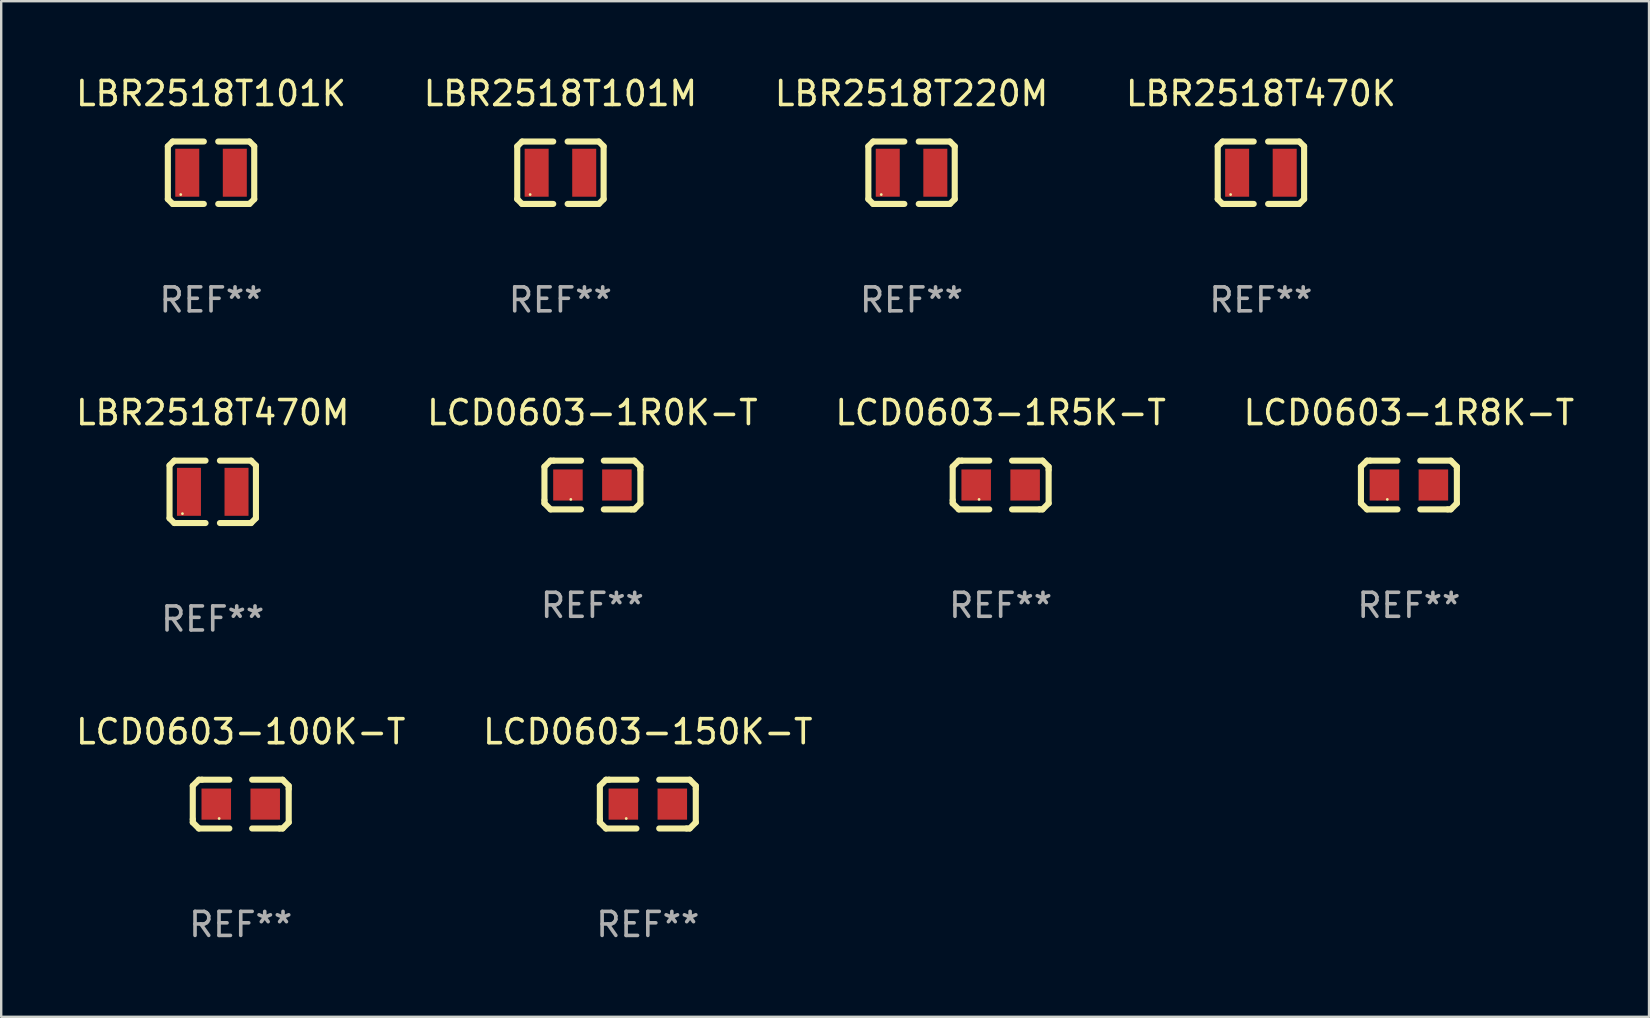
<source format=kicad_pcb>
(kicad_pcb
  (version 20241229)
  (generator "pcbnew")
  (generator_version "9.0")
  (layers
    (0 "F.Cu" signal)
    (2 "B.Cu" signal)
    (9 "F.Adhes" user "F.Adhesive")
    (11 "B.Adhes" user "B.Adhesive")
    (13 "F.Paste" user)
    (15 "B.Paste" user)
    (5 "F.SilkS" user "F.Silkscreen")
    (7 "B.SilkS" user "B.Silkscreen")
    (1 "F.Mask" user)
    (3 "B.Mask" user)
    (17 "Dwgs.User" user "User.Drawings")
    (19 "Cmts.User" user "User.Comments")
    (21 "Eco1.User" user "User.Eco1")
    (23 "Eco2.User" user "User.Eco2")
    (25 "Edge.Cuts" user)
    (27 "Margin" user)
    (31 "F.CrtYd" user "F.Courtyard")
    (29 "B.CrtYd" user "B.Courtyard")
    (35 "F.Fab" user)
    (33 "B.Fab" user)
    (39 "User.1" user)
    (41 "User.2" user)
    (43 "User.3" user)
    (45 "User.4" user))
  (footprint "LCD0603-1R8K-T"
    (layer "F.Cu")
    (at 55.661 17.161)
    (property "Reference" "LCD0603-1R8K-T" (at 0 -3.016 0) (layer "F.SilkS") (effects (font (size 1 1) (thickness 0.15))))
    (attr through_hole)
    (fp_line (start -1.999 -0.762) (end -1.999 0.635) (stroke (width 0.254) (type solid)) (layer "F.SilkS"))
    (fp_line (start -1.999 0.635) (end -1.999 0.762) (stroke (width 0.254) (type solid)) (layer "F.SilkS"))
    (fp_line (start -1.999 0.762) (end -1.745 1.016) (stroke (width 0.254) (type solid)) (layer "F.SilkS"))
    (fp_line (start -1.745 -1.016) (end -1.999 -0.762) (stroke (width 0.254) (type solid)) (layer "F.SilkS"))
    (fp_line (start -1.745 1.016) (end -0.475 1.016) (stroke (width 0.254) (type solid)) (layer "F.SilkS"))
    (fp_line (start -1.618 -1.016) (end -1.745 -1.016) (stroke (width 0.254) (type solid)) (layer "F.SilkS"))
    (fp_line (start -0.475 -1.016) (end -1.618 -1.016) (stroke (width 0.254) (type solid)) (layer "F.SilkS"))
    (fp_line (start 0.475 1.016) (end 1.618 1.016) (stroke (width 0.254) (type solid)) (layer "F.SilkS"))
    (fp_line (start 1.618 1.016) (end 1.745 1.016) (stroke (width 0.254) (type solid)) (layer "F.SilkS"))
    (fp_line (start 1.745 -1.016) (end 0.475 -1.016) (stroke (width 0.254) (type solid)) (layer "F.SilkS"))
    (fp_line (start 1.745 1.016) (end 1.999 0.762) (stroke (width 0.254) (type solid)) (layer "F.SilkS"))
    (fp_line (start 1.999 -0.762) (end 1.745 -1.016) (stroke (width 0.254) (type solid)) (layer "F.SilkS"))
    (fp_line (start 1.999 -0.635) (end 1.999 -0.762) (stroke (width 0.254) (type solid)) (layer "F.SilkS"))
    (fp_line (start 1.999 0.762) (end 1.999 -0.635) (stroke (width 0.254) (type solid)) (layer "F.SilkS"))
    (fp_circle (center -0.9 0.6) (end -0.87 0.6) (stroke (width 0.06) (type solid)) (fill no) (layer "F.SilkS"))
    (fp_text user "REF**" (at 0 5.016 0) (layer "F.Fab") (effects (font (size 1 1) (thickness 0.15))))
    (pad "1" smd rect (at -1.02 0) (size 1.23 1.296) (layers "F.Cu" "F.Mask" "F.Paste"))
    (pad "2" smd rect (at 1.02 0) (size 1.23 1.296) (layers "F.Cu" "F.Mask" "F.Paste")))
  (footprint "LCD0603-100K-T"
    (layer "F.Cu")
    (at 6.982 30.458)
    (property "Reference" "LCD0603-100K-T" (at 0 -3.016 0) (layer "F.SilkS") (effects (font (size 1 1) (thickness 0.15))))
    (attr through_hole)
    (fp_line (start -1.999 -0.762) (end -1.999 0.635) (stroke (width 0.254) (type solid)) (layer "F.SilkS"))
    (fp_line (start -1.999 0.635) (end -1.999 0.762) (stroke (width 0.254) (type solid)) (layer "F.SilkS"))
    (fp_line (start -1.999 0.762) (end -1.745 1.016) (stroke (width 0.254) (type solid)) (layer "F.SilkS"))
    (fp_line (start -1.745 -1.016) (end -1.999 -0.762) (stroke (width 0.254) (type solid)) (layer "F.SilkS"))
    (fp_line (start -1.745 1.016) (end -0.475 1.016) (stroke (width 0.254) (type solid)) (layer "F.SilkS"))
    (fp_line (start -1.618 -1.016) (end -1.745 -1.016) (stroke (width 0.254) (type solid)) (layer "F.SilkS"))
    (fp_line (start -0.475 -1.016) (end -1.618 -1.016) (stroke (width 0.254) (type solid)) (layer "F.SilkS"))
    (fp_line (start 0.475 1.016) (end 1.618 1.016) (stroke (width 0.254) (type solid)) (layer "F.SilkS"))
    (fp_line (start 1.618 1.016) (end 1.745 1.016) (stroke (width 0.254) (type solid)) (layer "F.SilkS"))
    (fp_line (start 1.745 -1.016) (end 0.475 -1.016) (stroke (width 0.254) (type solid)) (layer "F.SilkS"))
    (fp_line (start 1.745 1.016) (end 1.999 0.762) (stroke (width 0.254) (type solid)) (layer "F.SilkS"))
    (fp_line (start 1.999 -0.762) (end 1.745 -1.016) (stroke (width 0.254) (type solid)) (layer "F.SilkS"))
    (fp_line (start 1.999 -0.635) (end 1.999 -0.762) (stroke (width 0.254) (type solid)) (layer "F.SilkS"))
    (fp_line (start 1.999 0.762) (end 1.999 -0.635) (stroke (width 0.254) (type solid)) (layer "F.SilkS"))
    (fp_circle (center -0.9 0.6) (end -0.87 0.6) (stroke (width 0.06) (type solid)) (fill no) (layer "F.SilkS"))
    (fp_text user "REF**" (at 0 5.016 0) (layer "F.Fab") (effects (font (size 1 1) (thickness 0.15))))
    (pad "1" smd rect (at -1.02 0) (size 1.23 1.296) (layers "F.Cu" "F.Mask" "F.Paste"))
    (pad "2" smd rect (at 1.02 0) (size 1.23 1.296) (layers "F.Cu" "F.Mask" "F.Paste")))
  (footprint "LBR2518T220M"
    (layer "F.Cu")
    (at 34.935 4.148)
    (property "Reference" "LBR2518T220M" (at 0 -3.3 0) (layer "F.SilkS") (effects (font (size 1 1) (thickness 0.15))))
    (attr through_hole)
    (fp_line (start -1.8 -1.1) (end -1.8 1.1) (stroke (width 0.254) (type solid)) (layer "F.SilkS"))
    (fp_line (start -1.8 1.1) (end -1.6 1.3) (stroke (width 0.254) (type solid)) (layer "F.SilkS"))
    (fp_line (start -1.6 -1.3) (end -1.8 -1.1) (stroke (width 0.254) (type solid)) (layer "F.SilkS"))
    (fp_line (start -1.6 1.3) (end -0.3 1.3) (stroke (width 0.254) (type solid)) (layer "F.SilkS"))
    (fp_line (start -0.3 -1.3) (end -1.6 -1.3) (stroke (width 0.254) (type solid)) (layer "F.SilkS"))
    (fp_line (start 0.3 1.3) (end 1.6 1.3) (stroke (width 0.254) (type solid)) (layer "F.SilkS"))
    (fp_line (start 1.6 -1.3) (end 0.3 -1.3) (stroke (width 0.254) (type solid)) (layer "F.SilkS"))
    (fp_line (start 1.6 1.3) (end 1.8 1.1) (stroke (width 0.254) (type solid)) (layer "F.SilkS"))
    (fp_line (start 1.8 -1.1) (end 1.6 -1.3) (stroke (width 0.254) (type solid)) (layer "F.SilkS"))
    (fp_line (start 1.8 1.1) (end 1.8 -1.1) (stroke (width 0.254) (type solid)) (layer "F.SilkS"))
    (fp_circle (center -1.262 0.909) (end -1.232 0.909) (stroke (width 0.06) (type solid)) (fill no) (layer "F.SilkS"))
    (fp_text user "REF**" (at 0 5.3 0) (layer "F.Fab") (effects (font (size 1 1) (thickness 0.15))))
    (pad "1" smd rect (at -0.991 -0.00014 90) (size 1.999 1) (layers "F.Cu" "F.Mask" "F.Paste"))
    (pad "2" smd rect (at 0.991 -0.00014 90) (size 1.999 1) (layers "F.Cu" "F.Mask" "F.Paste")))
  (footprint "LCD0603-150K-T"
    (layer "F.Cu")
    (at 23.946 30.458)
    (property "Reference" "LCD0603-150K-T" (at 0 -3.016 0) (layer "F.SilkS") (effects (font (size 1 1) (thickness 0.15))))
    (attr through_hole)
    (fp_line (start -1.999 -0.762) (end -1.999 0.635) (stroke (width 0.254) (type solid)) (layer "F.SilkS"))
    (fp_line (start -1.999 0.635) (end -1.999 0.762) (stroke (width 0.254) (type solid)) (layer "F.SilkS"))
    (fp_line (start -1.999 0.762) (end -1.745 1.016) (stroke (width 0.254) (type solid)) (layer "F.SilkS"))
    (fp_line (start -1.745 -1.016) (end -1.999 -0.762) (stroke (width 0.254) (type solid)) (layer "F.SilkS"))
    (fp_line (start -1.745 1.016) (end -0.475 1.016) (stroke (width 0.254) (type solid)) (layer "F.SilkS"))
    (fp_line (start -1.618 -1.016) (end -1.745 -1.016) (stroke (width 0.254) (type solid)) (layer "F.SilkS"))
    (fp_line (start -0.475 -1.016) (end -1.618 -1.016) (stroke (width 0.254) (type solid)) (layer "F.SilkS"))
    (fp_line (start 0.475 1.016) (end 1.618 1.016) (stroke (width 0.254) (type solid)) (layer "F.SilkS"))
    (fp_line (start 1.618 1.016) (end 1.745 1.016) (stroke (width 0.254) (type solid)) (layer "F.SilkS"))
    (fp_line (start 1.745 -1.016) (end 0.475 -1.016) (stroke (width 0.254) (type solid)) (layer "F.SilkS"))
    (fp_line (start 1.745 1.016) (end 1.999 0.762) (stroke (width 0.254) (type solid)) (layer "F.SilkS"))
    (fp_line (start 1.999 -0.762) (end 1.745 -1.016) (stroke (width 0.254) (type solid)) (layer "F.SilkS"))
    (fp_line (start 1.999 -0.635) (end 1.999 -0.762) (stroke (width 0.254) (type solid)) (layer "F.SilkS"))
    (fp_line (start 1.999 0.762) (end 1.999 -0.635) (stroke (width 0.254) (type solid)) (layer "F.SilkS"))
    (fp_circle (center -0.9 0.6) (end -0.87 0.6) (stroke (width 0.06) (type solid)) (fill no) (layer "F.SilkS"))
    (fp_text user "REF**" (at 0 5.016 0) (layer "F.Fab") (effects (font (size 1 1) (thickness 0.15))))
    (pad "1" smd rect (at -1.02 0) (size 1.23 1.296) (layers "F.Cu" "F.Mask" "F.Paste"))
    (pad "2" smd rect (at 1.02 0) (size 1.23 1.296) (layers "F.Cu" "F.Mask" "F.Paste")))
  (footprint "LCD0603-1R5K-T"
    (layer "F.Cu")
    (at 38.649 17.161)
    (property "Reference" "LCD0603-1R5K-T" (at 0 -3.016 0) (layer "F.SilkS") (effects (font (size 1 1) (thickness 0.15))))
    (attr through_hole)
    (fp_line (start -1.999 -0.762) (end -1.999 0.635) (stroke (width 0.254) (type solid)) (layer "F.SilkS"))
    (fp_line (start -1.999 0.635) (end -1.999 0.762) (stroke (width 0.254) (type solid)) (layer "F.SilkS"))
    (fp_line (start -1.999 0.762) (end -1.745 1.016) (stroke (width 0.254) (type solid)) (layer "F.SilkS"))
    (fp_line (start -1.745 -1.016) (end -1.999 -0.762) (stroke (width 0.254) (type solid)) (layer "F.SilkS"))
    (fp_line (start -1.745 1.016) (end -0.475 1.016) (stroke (width 0.254) (type solid)) (layer "F.SilkS"))
    (fp_line (start -1.618 -1.016) (end -1.745 -1.016) (stroke (width 0.254) (type solid)) (layer "F.SilkS"))
    (fp_line (start -0.475 -1.016) (end -1.618 -1.016) (stroke (width 0.254) (type solid)) (layer "F.SilkS"))
    (fp_line (start 0.475 1.016) (end 1.618 1.016) (stroke (width 0.254) (type solid)) (layer "F.SilkS"))
    (fp_line (start 1.618 1.016) (end 1.745 1.016) (stroke (width 0.254) (type solid)) (layer "F.SilkS"))
    (fp_line (start 1.745 -1.016) (end 0.475 -1.016) (stroke (width 0.254) (type solid)) (layer "F.SilkS"))
    (fp_line (start 1.745 1.016) (end 1.999 0.762) (stroke (width 0.254) (type solid)) (layer "F.SilkS"))
    (fp_line (start 1.999 -0.762) (end 1.745 -1.016) (stroke (width 0.254) (type solid)) (layer "F.SilkS"))
    (fp_line (start 1.999 -0.635) (end 1.999 -0.762) (stroke (width 0.254) (type solid)) (layer "F.SilkS"))
    (fp_line (start 1.999 0.762) (end 1.999 -0.635) (stroke (width 0.254) (type solid)) (layer "F.SilkS"))
    (fp_circle (center -0.9 0.6) (end -0.87 0.6) (stroke (width 0.06) (type solid)) (fill no) (layer "F.SilkS"))
    (fp_text user "REF**" (at 0 5.016 0) (layer "F.Fab") (effects (font (size 1 1) (thickness 0.15))))
    (pad "1" smd rect (at -1.02 0) (size 1.23 1.296) (layers "F.Cu" "F.Mask" "F.Paste"))
    (pad "2" smd rect (at 1.02 0) (size 1.23 1.296) (layers "F.Cu" "F.Mask" "F.Paste")))
  (footprint "LBR2518T470K"
    (layer "F.Cu")
    (at 49.494 4.148)
    (property "Reference" "LBR2518T470K" (at 0 -3.3 0) (layer "F.SilkS") (effects (font (size 1 1) (thickness 0.15))))
    (attr through_hole)
    (fp_line (start -1.8 -1.1) (end -1.8 1.1) (stroke (width 0.254) (type solid)) (layer "F.SilkS"))
    (fp_line (start -1.8 1.1) (end -1.6 1.3) (stroke (width 0.254) (type solid)) (layer "F.SilkS"))
    (fp_line (start -1.6 -1.3) (end -1.8 -1.1) (stroke (width 0.254) (type solid)) (layer "F.SilkS"))
    (fp_line (start -1.6 1.3) (end -0.3 1.3) (stroke (width 0.254) (type solid)) (layer "F.SilkS"))
    (fp_line (start -0.3 -1.3) (end -1.6 -1.3) (stroke (width 0.254) (type solid)) (layer "F.SilkS"))
    (fp_line (start 0.3 1.3) (end 1.6 1.3) (stroke (width 0.254) (type solid)) (layer "F.SilkS"))
    (fp_line (start 1.6 -1.3) (end 0.3 -1.3) (stroke (width 0.254) (type solid)) (layer "F.SilkS"))
    (fp_line (start 1.6 1.3) (end 1.8 1.1) (stroke (width 0.254) (type solid)) (layer "F.SilkS"))
    (fp_line (start 1.8 -1.1) (end 1.6 -1.3) (stroke (width 0.254) (type solid)) (layer "F.SilkS"))
    (fp_line (start 1.8 1.1) (end 1.8 -1.1) (stroke (width 0.254) (type solid)) (layer "F.SilkS"))
    (fp_circle (center -1.262 0.909) (end -1.232 0.909) (stroke (width 0.06) (type solid)) (fill no) (layer "F.SilkS"))
    (fp_text user "REF**" (at 0 5.3 0) (layer "F.Fab") (effects (font (size 1 1) (thickness 0.15))))
    (pad "1" smd rect (at -0.991 -0.00014 90) (size 1.999 1) (layers "F.Cu" "F.Mask" "F.Paste"))
    (pad "2" smd rect (at 0.991 -0.00014 90) (size 1.999 1) (layers "F.Cu" "F.Mask" "F.Paste")))
  (footprint "LBR2518T101K"
    (layer "F.Cu")
    (at 5.744 4.148)
    (property "Reference" "LBR2518T101K" (at 0 -3.3 0) (layer "F.SilkS") (effects (font (size 1 1) (thickness 0.15))))
    (attr through_hole)
    (fp_line (start -1.8 -1.1) (end -1.8 1.1) (stroke (width 0.254) (type solid)) (layer "F.SilkS"))
    (fp_line (start -1.8 1.1) (end -1.6 1.3) (stroke (width 0.254) (type solid)) (layer "F.SilkS"))
    (fp_line (start -1.6 -1.3) (end -1.8 -1.1) (stroke (width 0.254) (type solid)) (layer "F.SilkS"))
    (fp_line (start -1.6 1.3) (end -0.3 1.3) (stroke (width 0.254) (type solid)) (layer "F.SilkS"))
    (fp_line (start -0.3 -1.3) (end -1.6 -1.3) (stroke (width 0.254) (type solid)) (layer "F.SilkS"))
    (fp_line (start 0.3 1.3) (end 1.6 1.3) (stroke (width 0.254) (type solid)) (layer "F.SilkS"))
    (fp_line (start 1.6 -1.3) (end 0.3 -1.3) (stroke (width 0.254) (type solid)) (layer "F.SilkS"))
    (fp_line (start 1.6 1.3) (end 1.8 1.1) (stroke (width 0.254) (type solid)) (layer "F.SilkS"))
    (fp_line (start 1.8 -1.1) (end 1.6 -1.3) (stroke (width 0.254) (type solid)) (layer "F.SilkS"))
    (fp_line (start 1.8 1.1) (end 1.8 -1.1) (stroke (width 0.254) (type solid)) (layer "F.SilkS"))
    (fp_circle (center -1.262 0.909) (end -1.232 0.909) (stroke (width 0.06) (type solid)) (fill no) (layer "F.SilkS"))
    (fp_text user "REF**" (at 0 5.3 0) (layer "F.Fab") (effects (font (size 1 1) (thickness 0.15))))
    (pad "1" smd rect (at -0.991 -0.00014 90) (size 1.999 1) (layers "F.Cu" "F.Mask" "F.Paste"))
    (pad "2" smd rect (at 0.991 -0.00014 90) (size 1.999 1) (layers "F.Cu" "F.Mask" "F.Paste")))
  (footprint "LBR2518T470M"
    (layer "F.Cu")
    (at 5.815 17.445)
    (property "Reference" "LBR2518T470M" (at 0 -3.3 0) (layer "F.SilkS") (effects (font (size 1 1) (thickness 0.15))))
    (attr through_hole)
    (fp_line (start -1.8 -1.1) (end -1.8 1.1) (stroke (width 0.254) (type solid)) (layer "F.SilkS"))
    (fp_line (start -1.8 1.1) (end -1.6 1.3) (stroke (width 0.254) (type solid)) (layer "F.SilkS"))
    (fp_line (start -1.6 -1.3) (end -1.8 -1.1) (stroke (width 0.254) (type solid)) (layer "F.SilkS"))
    (fp_line (start -1.6 1.3) (end -0.3 1.3) (stroke (width 0.254) (type solid)) (layer "F.SilkS"))
    (fp_line (start -0.3 -1.3) (end -1.6 -1.3) (stroke (width 0.254) (type solid)) (layer "F.SilkS"))
    (fp_line (start 0.3 1.3) (end 1.6 1.3) (stroke (width 0.254) (type solid)) (layer "F.SilkS"))
    (fp_line (start 1.6 -1.3) (end 0.3 -1.3) (stroke (width 0.254) (type solid)) (layer "F.SilkS"))
    (fp_line (start 1.6 1.3) (end 1.8 1.1) (stroke (width 0.254) (type solid)) (layer "F.SilkS"))
    (fp_line (start 1.8 -1.1) (end 1.6 -1.3) (stroke (width 0.254) (type solid)) (layer "F.SilkS"))
    (fp_line (start 1.8 1.1) (end 1.8 -1.1) (stroke (width 0.254) (type solid)) (layer "F.SilkS"))
    (fp_circle (center -1.262 0.909) (end -1.232 0.909) (stroke (width 0.06) (type solid)) (fill no) (layer "F.SilkS"))
    (fp_text user "REF**" (at 0 5.3 0) (layer "F.Fab") (effects (font (size 1 1) (thickness 0.15))))
    (pad "1" smd rect (at -0.991 -0.00014 90) (size 1.999 1) (layers "F.Cu" "F.Mask" "F.Paste"))
    (pad "2" smd rect (at 0.991 -0.00014 90) (size 1.999 1) (layers "F.Cu" "F.Mask" "F.Paste")))
  (footprint "LBR2518T101M"
    (layer "F.Cu")
    (at 20.304 4.148)
    (property "Reference" "LBR2518T101M" (at 0 -3.3 0) (layer "F.SilkS") (effects (font (size 1 1) (thickness 0.15))))
    (attr through_hole)
    (fp_line (start -1.8 -1.1) (end -1.8 1.1) (stroke (width 0.254) (type solid)) (layer "F.SilkS"))
    (fp_line (start -1.8 1.1) (end -1.6 1.3) (stroke (width 0.254) (type solid)) (layer "F.SilkS"))
    (fp_line (start -1.6 -1.3) (end -1.8 -1.1) (stroke (width 0.254) (type solid)) (layer "F.SilkS"))
    (fp_line (start -1.6 1.3) (end -0.3 1.3) (stroke (width 0.254) (type solid)) (layer "F.SilkS"))
    (fp_line (start -0.3 -1.3) (end -1.6 -1.3) (stroke (width 0.254) (type solid)) (layer "F.SilkS"))
    (fp_line (start 0.3 1.3) (end 1.6 1.3) (stroke (width 0.254) (type solid)) (layer "F.SilkS"))
    (fp_line (start 1.6 -1.3) (end 0.3 -1.3) (stroke (width 0.254) (type solid)) (layer "F.SilkS"))
    (fp_line (start 1.6 1.3) (end 1.8 1.1) (stroke (width 0.254) (type solid)) (layer "F.SilkS"))
    (fp_line (start 1.8 -1.1) (end 1.6 -1.3) (stroke (width 0.254) (type solid)) (layer "F.SilkS"))
    (fp_line (start 1.8 1.1) (end 1.8 -1.1) (stroke (width 0.254) (type solid)) (layer "F.SilkS"))
    (fp_circle (center -1.262 0.909) (end -1.232 0.909) (stroke (width 0.06) (type solid)) (fill no) (layer "F.SilkS"))
    (fp_text user "REF**" (at 0 5.3 0) (layer "F.Fab") (effects (font (size 1 1) (thickness 0.15))))
    (pad "1" smd rect (at -0.991 -0.00014 90) (size 1.999 1) (layers "F.Cu" "F.Mask" "F.Paste"))
    (pad "2" smd rect (at 0.991 -0.00014 90) (size 1.999 1) (layers "F.Cu" "F.Mask" "F.Paste")))
  (footprint "LCD0603-1R0K-T"
    (layer "F.Cu")
    (at 21.637 17.161)
    (property "Reference" "LCD0603-1R0K-T" (at 0 -3.016 0) (layer "F.SilkS") (effects (font (size 1 1) (thickness 0.15))))
    (attr through_hole)
    (fp_line (start -1.999 -0.762) (end -1.999 0.635) (stroke (width 0.254) (type solid)) (layer "F.SilkS"))
    (fp_line (start -1.999 0.635) (end -1.999 0.762) (stroke (width 0.254) (type solid)) (layer "F.SilkS"))
    (fp_line (start -1.999 0.762) (end -1.745 1.016) (stroke (width 0.254) (type solid)) (layer "F.SilkS"))
    (fp_line (start -1.745 -1.016) (end -1.999 -0.762) (stroke (width 0.254) (type solid)) (layer "F.SilkS"))
    (fp_line (start -1.745 1.016) (end -0.475 1.016) (stroke (width 0.254) (type solid)) (layer "F.SilkS"))
    (fp_line (start -1.618 -1.016) (end -1.745 -1.016) (stroke (width 0.254) (type solid)) (layer "F.SilkS"))
    (fp_line (start -0.475 -1.016) (end -1.618 -1.016) (stroke (width 0.254) (type solid)) (layer "F.SilkS"))
    (fp_line (start 0.475 1.016) (end 1.618 1.016) (stroke (width 0.254) (type solid)) (layer "F.SilkS"))
    (fp_line (start 1.618 1.016) (end 1.745 1.016) (stroke (width 0.254) (type solid)) (layer "F.SilkS"))
    (fp_line (start 1.745 -1.016) (end 0.475 -1.016) (stroke (width 0.254) (type solid)) (layer "F.SilkS"))
    (fp_line (start 1.745 1.016) (end 1.999 0.762) (stroke (width 0.254) (type solid)) (layer "F.SilkS"))
    (fp_line (start 1.999 -0.762) (end 1.745 -1.016) (stroke (width 0.254) (type solid)) (layer "F.SilkS"))
    (fp_line (start 1.999 -0.635) (end 1.999 -0.762) (stroke (width 0.254) (type solid)) (layer "F.SilkS"))
    (fp_line (start 1.999 0.762) (end 1.999 -0.635) (stroke (width 0.254) (type solid)) (layer "F.SilkS"))
    (fp_circle (center -0.9 0.6) (end -0.87 0.6) (stroke (width 0.06) (type solid)) (fill no) (layer "F.SilkS"))
    (fp_text user "REF**" (at 0 5.016 0) (layer "F.Fab") (effects (font (size 1 1) (thickness 0.15))))
    (pad "1" smd rect (at -1.02 0) (size 1.23 1.296) (layers "F.Cu" "F.Mask" "F.Paste"))
    (pad "2" smd rect (at 1.02 0) (size 1.23 1.296) (layers "F.Cu" "F.Mask" "F.Paste")))
  (gr_rect
    (start -3 -3)
    (end 65.667 39.322)
    (stroke (width 0.1) (type default))
    (fill no)
    (layer "Edge.Cuts")))
</source>
